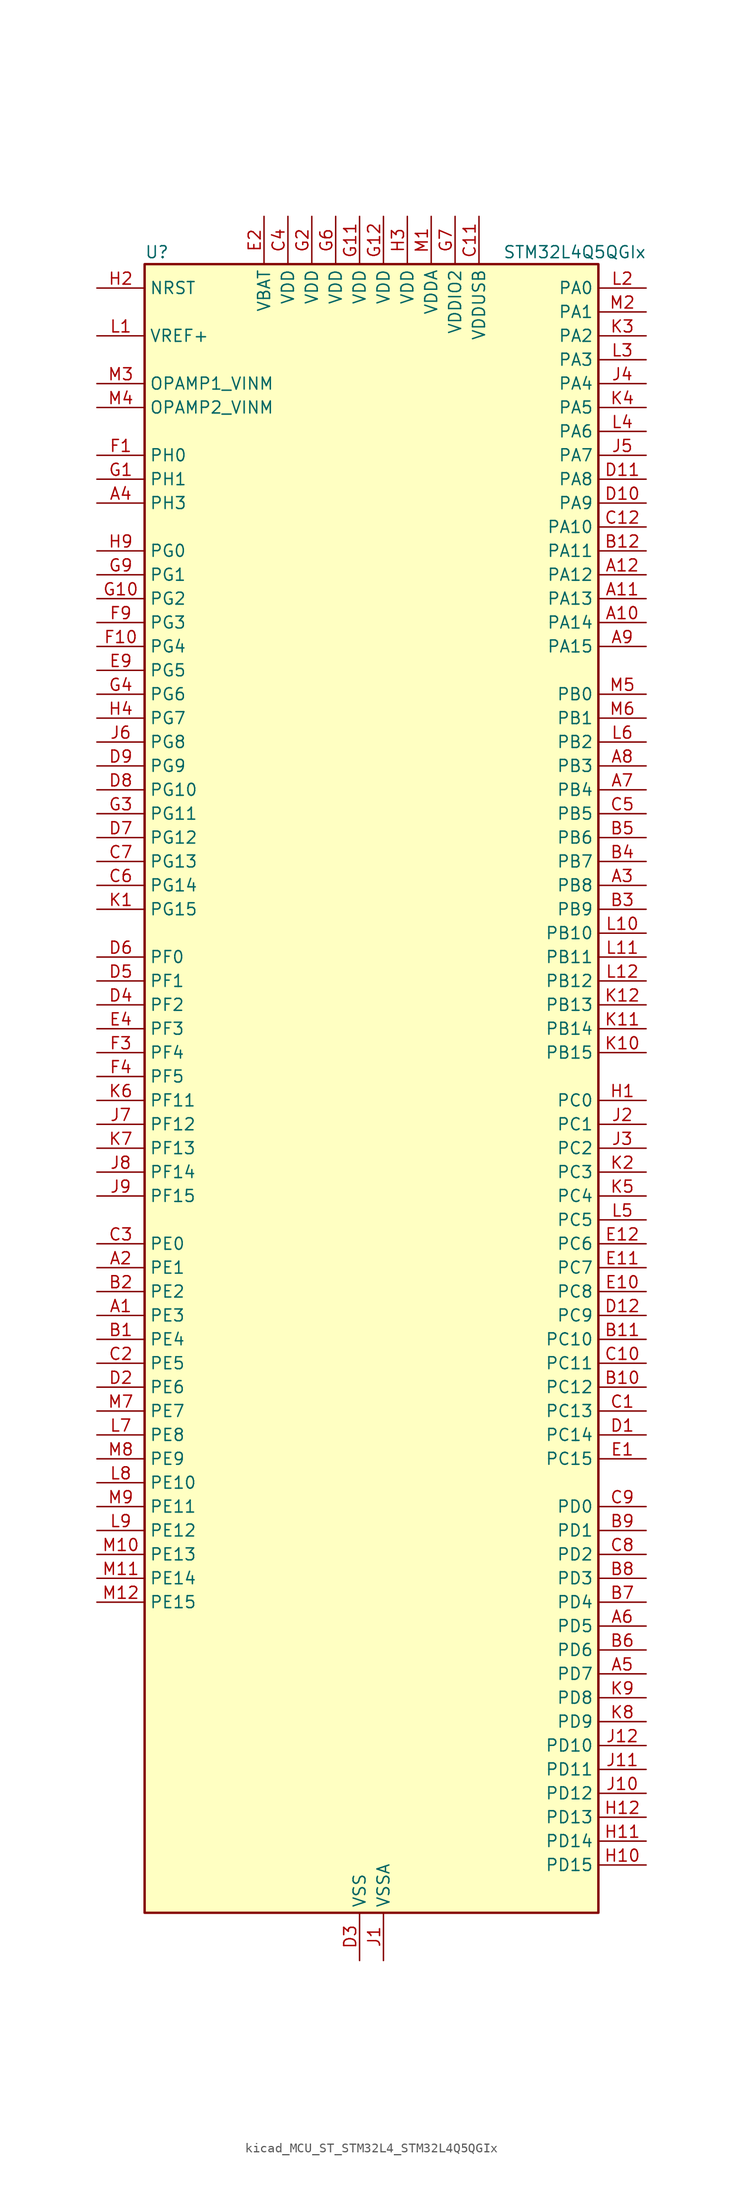
<source format=kicad_sym>
(kicad_symbol_lib
  (version 20220914)
  (generator kicad_symbol_editor)
  (symbol "kicad_MCU_ST_STM32L4_STM32L4Q5QGIx"
    (property "Reference" "U"
      (at -22.86 90.17 0)
      (effects (font (size 1.27 1.27)) (justify left)))
    (property "Value" "STM32L4Q5QGIx"
      (at 15.24 90.17 0)
      (effects (font (size 1.27 1.27)) (justify left)))
    (property "ki_locked" ""
      (at 0 0 0)
      (effects (font (size 1.27 1.27))))
    (symbol "kicad_MCU_ST_STM32L4_STM32L4Q5QGIx_0_1"
      (rectangle (start -22.86 -86.36) (end 25.4 88.9) (stroke (width 0.254) (type default)) (fill (type background))))
    (symbol "kicad_MCU_ST_STM32L4_STM32L4Q5QGIx_1_1"
      (pin bidirectional line (at -27.94 -22.86 0) (length 5.08) (name "PE3" (effects (font (size 1.27 1.27)))) (number "A1" (effects (font (size 1.27 1.27)))) (alternate "FMC_A19" bidirectional line) (alternate "LTDC_R6" bidirectional line) (alternate "OCTOSPIM_P1_DQS" bidirectional line) (alternate "SAI1_SD_B" bidirectional line) (alternate "SYS_TRACED0" bidirectional line) (alternate "TIM3_CH1" bidirectional line) (alternate "TSC_G7_IO2" bidirectional line))
      (pin bidirectional line (at 30.48 50.8 180) (length 5.08) (name "PA14" (effects (font (size 1.27 1.27)))) (number "A10" (effects (font (size 1.27 1.27)))) (alternate "I2C1_SMBA" bidirectional line) (alternate "I2C4_SMBA" bidirectional line) (alternate "LPTIM1_OUT" bidirectional line) (alternate "SAI1_FS_B" bidirectional line) (alternate "SYS_JTCK-SWCLK" bidirectional line) (alternate "USB_OTG_FS_SOF" bidirectional line))
      (pin bidirectional line (at 30.48 53.34 180) (length 5.08) (name "PA13" (effects (font (size 1.27 1.27)))) (number "A11" (effects (font (size 1.27 1.27)))) (alternate "IR_OUT" bidirectional line) (alternate "SAI1_SD_B" bidirectional line) (alternate "SYS_JTMS-SWDIO" bidirectional line) (alternate "USB_OTG_FS_NOE" bidirectional line))
      (pin bidirectional line (at 30.48 55.88 180) (length 5.08) (name "PA12" (effects (font (size 1.27 1.27)))) (number "A12" (effects (font (size 1.27 1.27)))) (alternate "CAN1_TX" bidirectional line) (alternate "LTDC_VSYNC" bidirectional line) (alternate "OCTOSPIM_P2_NCS" bidirectional line) (alternate "SPI1_MOSI" bidirectional line) (alternate "TIM1_ETR" bidirectional line) (alternate "USART1_DE" bidirectional line) (alternate "USART1_RTS" bidirectional line) (alternate "USB_OTG_FS_DP" bidirectional line))
      (pin bidirectional line (at -27.94 -17.78 0) (length 5.08) (name "PE1" (effects (font (size 1.27 1.27)))) (number "A2" (effects (font (size 1.27 1.27)))) (alternate "DCMI_D3" bidirectional line) (alternate "FMC_NBL1" bidirectional line) (alternate "LTDC_VSYNC" bidirectional line) (alternate "PSSI_D3" bidirectional line) (alternate "TIM17_CH1" bidirectional line))
      (pin bidirectional line (at 30.48 22.86 180) (length 5.08) (name "PB8" (effects (font (size 1.27 1.27)))) (number "A3" (effects (font (size 1.27 1.27)))) (alternate "CAN1_RX" bidirectional line) (alternate "DCMI_D6" bidirectional line) (alternate "DFSDM1_CKOUT" bidirectional line) (alternate "I2C1_SCL" bidirectional line) (alternate "LTDC_DE" bidirectional line) (alternate "PSSI_D6" bidirectional line) (alternate "SAI1_CK1" bidirectional line) (alternate "SAI1_MCLK_A" bidirectional line) (alternate "SDMMC1_CKIN" bidirectional line) (alternate "SDMMC1_D4" bidirectional line) (alternate "SDMMC2_D4" bidirectional line) (alternate "TIM16_CH1" bidirectional line) (alternate "TIM4_CH3" bidirectional line))
      (pin bidirectional line (at -27.94 63.5 0) (length 5.08) (name "PH3" (effects (font (size 1.27 1.27)))) (number "A4" (effects (font (size 1.27 1.27)))))
      (pin bidirectional line (at 30.48 -60.96 180) (length 5.08) (name "PD7" (effects (font (size 1.27 1.27)))) (number "A5" (effects (font (size 1.27 1.27)))) (alternate "DFSDM1_CKIN1" bidirectional line) (alternate "FMC_NCE" bidirectional line) (alternate "FMC_NE1" bidirectional line) (alternate "OCTOSPIM_P1_IO7" bidirectional line) (alternate "SDMMC2_CMD" bidirectional line) (alternate "USART2_CK" bidirectional line))
      (pin bidirectional line (at 30.48 -55.88 180) (length 5.08) (name "PD5" (effects (font (size 1.27 1.27)))) (number "A6" (effects (font (size 1.27 1.27)))) (alternate "FMC_NWE" bidirectional line) (alternate "OCTOSPIM_P1_IO5" bidirectional line) (alternate "USART2_TX" bidirectional line))
      (pin bidirectional line (at 30.48 33.02 180) (length 5.08) (name "PB4" (effects (font (size 1.27 1.27)))) (number "A7" (effects (font (size 1.27 1.27)))) (alternate "COMP2_INP" bidirectional line) (alternate "DCMI_D12" bidirectional line) (alternate "I2C3_SDA" bidirectional line) (alternate "OCTOSPIM_P1_IO5" bidirectional line) (alternate "PSSI_D12" bidirectional line) (alternate "SAI1_MCLK_B" bidirectional line) (alternate "SDMMC2_D3" bidirectional line) (alternate "SPI1_MISO" bidirectional line) (alternate "SPI3_MISO" bidirectional line) (alternate "SYS_JTRST" bidirectional line) (alternate "TIM17_BKIN" bidirectional line) (alternate "TIM3_CH1" bidirectional line) (alternate "TSC_G2_IO1" bidirectional line) (alternate "UART5_DE" bidirectional line) (alternate "UART5_RTS" bidirectional line) (alternate "USART1_CTS" bidirectional line) (alternate "USART1_NSS" bidirectional line))
      (pin bidirectional line (at 30.48 35.56 180) (length 5.08) (name "PB3" (effects (font (size 1.27 1.27)))) (number "A8" (effects (font (size 1.27 1.27)))) (alternate "COMP2_INM" bidirectional line) (alternate "CRS_SYNC" bidirectional line) (alternate "OCTOSPIM_P1_IO4" bidirectional line) (alternate "SAI1_SCK_B" bidirectional line) (alternate "SDMMC2_D2" bidirectional line) (alternate "SPI1_SCK" bidirectional line) (alternate "SPI3_SCK" bidirectional line) (alternate "SYS_JTDO-SWO" bidirectional line) (alternate "TIM2_CH2" bidirectional line) (alternate "USART1_DE" bidirectional line) (alternate "USART1_RTS" bidirectional line))
      (pin bidirectional line (at 30.48 48.26 180) (length 5.08) (name "PA15" (effects (font (size 1.27 1.27)))) (number "A9" (effects (font (size 1.27 1.27)))) (alternate "ADC1_EXTI15" bidirectional line) (alternate "ADC2_EXTI15" bidirectional line) (alternate "LTDC_HSYNC" bidirectional line) (alternate "SAI2_FS_B" bidirectional line) (alternate "SPI1_NSS" bidirectional line) (alternate "SPI3_NSS" bidirectional line) (alternate "SYS_JTDI" bidirectional line) (alternate "TIM2_CH1" bidirectional line) (alternate "TIM2_ETR" bidirectional line) (alternate "TSC_G3_IO1" bidirectional line) (alternate "UART4_DE" bidirectional line) (alternate "UART4_RTS" bidirectional line) (alternate "USART2_RX" bidirectional line) (alternate "USART3_DE" bidirectional line) (alternate "USART3_RTS" bidirectional line))
      (pin bidirectional line (at -27.94 -25.4 0) (length 5.08) (name "PE4" (effects (font (size 1.27 1.27)))) (number "B1" (effects (font (size 1.27 1.27)))) (alternate "DCMI_D4" bidirectional line) (alternate "DFSDM1_DATIN3" bidirectional line) (alternate "FMC_A20" bidirectional line) (alternate "LTDC_B7" bidirectional line) (alternate "PSSI_D4" bidirectional line) (alternate "SAI1_D2" bidirectional line) (alternate "SAI1_FS_A" bidirectional line) (alternate "SYS_TRACED1" bidirectional line) (alternate "TIM3_CH2" bidirectional line) (alternate "TSC_G7_IO3" bidirectional line))
      (pin bidirectional line (at 30.48 -30.48 180) (length 5.08) (name "PC12" (effects (font (size 1.27 1.27)))) (number "B10" (effects (font (size 1.27 1.27)))) (alternate "DCMI_D9" bidirectional line) (alternate "LTDC_R6" bidirectional line) (alternate "PSSI_D9" bidirectional line) (alternate "SAI2_SD_B" bidirectional line) (alternate "SDMMC1_CK" bidirectional line) (alternate "SPI3_MOSI" bidirectional line) (alternate "SYS_TRACED3" bidirectional line) (alternate "TSC_G3_IO4" bidirectional line) (alternate "UART5_TX" bidirectional line) (alternate "USART3_CK" bidirectional line))
      (pin bidirectional line (at 30.48 -25.4 180) (length 5.08) (name "PC10" (effects (font (size 1.27 1.27)))) (number "B11" (effects (font (size 1.27 1.27)))) (alternate "DCMI_D8" bidirectional line) (alternate "DCMI_VSYNC" bidirectional line) (alternate "PSSI_D8" bidirectional line) (alternate "PSSI_RDY" bidirectional line) (alternate "SAI2_SCK_B" bidirectional line) (alternate "SDMMC1_D2" bidirectional line) (alternate "SPI3_SCK" bidirectional line) (alternate "SYS_TRACED1" bidirectional line) (alternate "TSC_G3_IO2" bidirectional line) (alternate "UART4_TX" bidirectional line) (alternate "USART3_TX" bidirectional line))
      (pin bidirectional line (at 30.48 58.42 180) (length 5.08) (name "PA11" (effects (font (size 1.27 1.27)))) (number "B12" (effects (font (size 1.27 1.27)))) (alternate "ADC1_EXTI11" bidirectional line) (alternate "ADC2_EXTI11" bidirectional line) (alternate "CAN1_RX" bidirectional line) (alternate "LTDC_DE" bidirectional line) (alternate "SPI1_MISO" bidirectional line) (alternate "TIM1_BKIN2" bidirectional line) (alternate "TIM1_CH4" bidirectional line) (alternate "USART1_CTS" bidirectional line) (alternate "USART1_NSS" bidirectional line) (alternate "USB_OTG_FS_DM" bidirectional line))
      (pin bidirectional line (at -27.94 -20.32 0) (length 5.08) (name "PE2" (effects (font (size 1.27 1.27)))) (number "B2" (effects (font (size 1.27 1.27)))) (alternate "FMC_A23" bidirectional line) (alternate "LTDC_R7" bidirectional line) (alternate "SAI1_CK1" bidirectional line) (alternate "SAI1_MCLK_A" bidirectional line) (alternate "SYS_TRACECLK" bidirectional line) (alternate "TIM3_ETR" bidirectional line) (alternate "TSC_G7_IO1" bidirectional line))
      (pin bidirectional line (at 30.48 20.32 180) (length 5.08) (name "PB9" (effects (font (size 1.27 1.27)))) (number "B3" (effects (font (size 1.27 1.27)))) (alternate "CAN1_TX" bidirectional line) (alternate "DAC1_EXTI9" bidirectional line) (alternate "DCMI_D7" bidirectional line) (alternate "I2C1_SDA" bidirectional line) (alternate "IR_OUT" bidirectional line) (alternate "PSSI_D7" bidirectional line) (alternate "SAI1_D2" bidirectional line) (alternate "SAI1_FS_A" bidirectional line) (alternate "SDMMC1_CDIR" bidirectional line) (alternate "SDMMC1_D5" bidirectional line) (alternate "SDMMC2_D5" bidirectional line) (alternate "SPI2_NSS" bidirectional line) (alternate "TIM17_CH1" bidirectional line) (alternate "TIM4_CH4" bidirectional line))
      (pin bidirectional line (at 30.48 25.4 180) (length 5.08) (name "PB7" (effects (font (size 1.27 1.27)))) (number "B4" (effects (font (size 1.27 1.27)))) (alternate "COMP2_INM" bidirectional line) (alternate "DCMI_VSYNC" bidirectional line) (alternate "FMC_NL" bidirectional line) (alternate "I2C1_SDA" bidirectional line) (alternate "I2C4_SDA" bidirectional line) (alternate "LPTIM1_IN2" bidirectional line) (alternate "LTDC_VSYNC" bidirectional line) (alternate "PSSI_RDY" bidirectional line) (alternate "SYS_PVD_IN" bidirectional line) (alternate "TIM17_CH1N" bidirectional line) (alternate "TIM4_CH2" bidirectional line) (alternate "TIM8_BKIN" bidirectional line) (alternate "TSC_G2_IO4" bidirectional line) (alternate "UART4_CTS" bidirectional line) (alternate "USART1_RX" bidirectional line))
      (pin bidirectional line (at 30.48 27.94 180) (length 5.08) (name "PB6" (effects (font (size 1.27 1.27)))) (number "B5" (effects (font (size 1.27 1.27)))) (alternate "COMP2_INP" bidirectional line) (alternate "DCMI_D5" bidirectional line) (alternate "I2C1_SCL" bidirectional line) (alternate "I2C4_SCL" bidirectional line) (alternate "LPTIM1_ETR" bidirectional line) (alternate "LTDC_R6" bidirectional line) (alternate "PSSI_D5" bidirectional line) (alternate "SAI1_FS_B" bidirectional line) (alternate "TIM16_CH1N" bidirectional line) (alternate "TIM4_CH1" bidirectional line) (alternate "TIM8_BKIN2" bidirectional line) (alternate "TSC_G2_IO3" bidirectional line) (alternate "USART1_TX" bidirectional line))
      (pin bidirectional line (at 30.48 -58.42 180) (length 5.08) (name "PD6" (effects (font (size 1.27 1.27)))) (number "B6" (effects (font (size 1.27 1.27)))) (alternate "DCMI_D10" bidirectional line) (alternate "DFSDM1_DATIN1" bidirectional line) (alternate "FMC_NWAIT" bidirectional line) (alternate "LTDC_DE" bidirectional line) (alternate "OCTOSPIM_P1_IO6" bidirectional line) (alternate "PSSI_D10" bidirectional line) (alternate "SAI1_D1" bidirectional line) (alternate "SAI1_SD_A" bidirectional line) (alternate "SDMMC2_CK" bidirectional line) (alternate "SPI3_MOSI" bidirectional line) (alternate "USART2_RX" bidirectional line))
      (pin bidirectional line (at 30.48 -53.34 180) (length 5.08) (name "PD4" (effects (font (size 1.27 1.27)))) (number "B7" (effects (font (size 1.27 1.27)))) (alternate "DFSDM1_CKIN0" bidirectional line) (alternate "FMC_NOE" bidirectional line) (alternate "OCTOSPIM_P1_IO4" bidirectional line) (alternate "SDMMC2_CKIN" bidirectional line) (alternate "SPI2_MOSI" bidirectional line) (alternate "USART2_DE" bidirectional line) (alternate "USART2_RTS" bidirectional line))
      (pin bidirectional line (at 30.48 -50.8 180) (length 5.08) (name "PD3" (effects (font (size 1.27 1.27)))) (number "B8" (effects (font (size 1.27 1.27)))) (alternate "DCMI_D5" bidirectional line) (alternate "DFSDM1_DATIN0" bidirectional line) (alternate "FMC_CLK" bidirectional line) (alternate "LTDC_CLK" bidirectional line) (alternate "OCTOSPIM_P2_NCS" bidirectional line) (alternate "PSSI_D5" bidirectional line) (alternate "SPI2_MISO" bidirectional line) (alternate "SPI2_SCK" bidirectional line) (alternate "USART2_CTS" bidirectional line) (alternate "USART2_NSS" bidirectional line))
      (pin bidirectional line (at 30.48 -45.72 180) (length 5.08) (name "PD1" (effects (font (size 1.27 1.27)))) (number "B9" (effects (font (size 1.27 1.27)))) (alternate "CAN1_TX" bidirectional line) (alternate "FMC_D3" bidirectional line) (alternate "FMC_DA3" bidirectional line) (alternate "LTDC_B5" bidirectional line) (alternate "SPI2_SCK" bidirectional line))
      (pin bidirectional line (at 30.48 -33.02 180) (length 5.08) (name "PC13" (effects (font (size 1.27 1.27)))) (number "C1" (effects (font (size 1.27 1.27)))) (alternate "RTC_OUT1" bidirectional line) (alternate "RTC_TAMP1" bidirectional line) (alternate "RTC_TS" bidirectional line) (alternate "SYS_WKUP2" bidirectional line))
      (pin bidirectional line (at 30.48 -27.94 180) (length 5.08) (name "PC11" (effects (font (size 1.27 1.27)))) (number "C10" (effects (font (size 1.27 1.27)))) (alternate "ADC1_EXTI11" bidirectional line) (alternate "ADC2_EXTI11" bidirectional line) (alternate "DCMI_D2" bidirectional line) (alternate "DCMI_D4" bidirectional line) (alternate "OCTOSPIM_P1_NCS" bidirectional line) (alternate "PSSI_D2" bidirectional line) (alternate "PSSI_D4" bidirectional line) (alternate "SAI2_MCLK_B" bidirectional line) (alternate "SDMMC1_D3" bidirectional line) (alternate "SPI3_MISO" bidirectional line) (alternate "TSC_G3_IO3" bidirectional line) (alternate "UART4_RX" bidirectional line) (alternate "USART3_RX" bidirectional line))
      (pin power_in line (at 12.7 93.98 270) (length 5.08) (name "VDDUSB" (effects (font (size 1.27 1.27)))) (number "C11" (effects (font (size 1.27 1.27)))))
      (pin bidirectional line (at 30.48 60.96 180) (length 5.08) (name "PA10" (effects (font (size 1.27 1.27)))) (number "C12" (effects (font (size 1.27 1.27)))) (alternate "DCMI_D1" bidirectional line) (alternate "LTDC_G6" bidirectional line) (alternate "PSSI_D1" bidirectional line) (alternate "SAI1_D1" bidirectional line) (alternate "SAI1_SD_A" bidirectional line) (alternate "TIM17_BKIN" bidirectional line) (alternate "TIM1_CH3" bidirectional line) (alternate "USART1_RX" bidirectional line) (alternate "USB_OTG_FS_ID" bidirectional line))
      (pin bidirectional line (at -27.94 -27.94 0) (length 5.08) (name "PE5" (effects (font (size 1.27 1.27)))) (number "C2" (effects (font (size 1.27 1.27)))) (alternate "DCMI_D6" bidirectional line) (alternate "DFSDM1_CKIN3" bidirectional line) (alternate "FMC_A21" bidirectional line) (alternate "LTDC_G7" bidirectional line) (alternate "PSSI_D6" bidirectional line) (alternate "SAI1_CK2" bidirectional line) (alternate "SAI1_SCK_A" bidirectional line) (alternate "SYS_TRACED2" bidirectional line) (alternate "TIM3_CH3" bidirectional line) (alternate "TSC_G7_IO4" bidirectional line))
      (pin bidirectional line (at -27.94 -15.24 0) (length 5.08) (name "PE0" (effects (font (size 1.27 1.27)))) (number "C3" (effects (font (size 1.27 1.27)))) (alternate "DCMI_D2" bidirectional line) (alternate "FMC_NBL0" bidirectional line) (alternate "LTDC_HSYNC" bidirectional line) (alternate "PSSI_D2" bidirectional line) (alternate "TIM16_CH1" bidirectional line) (alternate "TIM4_ETR" bidirectional line))
      (pin power_in line (at -7.62 93.98 270) (length 5.08) (name "VDD" (effects (font (size 1.27 1.27)))) (number "C4" (effects (font (size 1.27 1.27)))))
      (pin bidirectional line (at 30.48 30.48 180) (length 5.08) (name "PB5" (effects (font (size 1.27 1.27)))) (number "C5" (effects (font (size 1.27 1.27)))) (alternate "COMP2_OUT" bidirectional line) (alternate "DCMI_D10" bidirectional line) (alternate "I2C1_SMBA" bidirectional line) (alternate "LPTIM1_IN1" bidirectional line) (alternate "OCTOSPIM_P1_IO0" bidirectional line) (alternate "PSSI_D10" bidirectional line) (alternate "SAI1_SD_B" bidirectional line) (alternate "SPI1_MOSI" bidirectional line) (alternate "SPI3_MOSI" bidirectional line) (alternate "TIM16_BKIN" bidirectional line) (alternate "TIM3_CH2" bidirectional line) (alternate "TSC_G2_IO2" bidirectional line) (alternate "UART5_CTS" bidirectional line) (alternate "USART1_CK" bidirectional line))
      (pin bidirectional line (at -27.94 22.86 0) (length 5.08) (name "PG14" (effects (font (size 1.27 1.27)))) (number "C6" (effects (font (size 1.27 1.27)))) (alternate "FMC_A25" bidirectional line) (alternate "I2C1_SCL" bidirectional line) (alternate "LTDC_R1" bidirectional line))
      (pin bidirectional line (at -27.94 25.4 0) (length 5.08) (name "PG13" (effects (font (size 1.27 1.27)))) (number "C7" (effects (font (size 1.27 1.27)))) (alternate "FMC_A24" bidirectional line) (alternate "I2C1_SDA" bidirectional line) (alternate "LTDC_R0" bidirectional line) (alternate "USART1_CK" bidirectional line))
      (pin bidirectional line (at 30.48 -48.26 180) (length 5.08) (name "PD2" (effects (font (size 1.27 1.27)))) (number "C8" (effects (font (size 1.27 1.27)))) (alternate "DCMI_D11" bidirectional line) (alternate "PSSI_D11" bidirectional line) (alternate "SDMMC1_CMD" bidirectional line) (alternate "SYS_TRACED2" bidirectional line) (alternate "TIM3_ETR" bidirectional line) (alternate "TSC_SYNC" bidirectional line) (alternate "UART5_RX" bidirectional line) (alternate "USART3_DE" bidirectional line) (alternate "USART3_RTS" bidirectional line))
      (pin bidirectional line (at 30.48 -43.18 180) (length 5.08) (name "PD0" (effects (font (size 1.27 1.27)))) (number "C9" (effects (font (size 1.27 1.27)))) (alternate "CAN1_RX" bidirectional line) (alternate "FMC_D2" bidirectional line) (alternate "FMC_DA2" bidirectional line) (alternate "LTDC_B4" bidirectional line) (alternate "SPI2_NSS" bidirectional line))
      (pin bidirectional line (at 30.48 -35.56 180) (length 5.08) (name "PC14" (effects (font (size 1.27 1.27)))) (number "D1" (effects (font (size 1.27 1.27)))) (alternate "RCC_OSC32_IN" bidirectional line))
      (pin bidirectional line (at 30.48 63.5 180) (length 5.08) (name "PA9" (effects (font (size 1.27 1.27)))) (number "D10" (effects (font (size 1.27 1.27)))) (alternate "DAC1_EXTI9" bidirectional line) (alternate "DCMI_D0" bidirectional line) (alternate "LTDC_G7" bidirectional line) (alternate "PSSI_D0" bidirectional line) (alternate "SAI1_FS_A" bidirectional line) (alternate "SPI2_SCK" bidirectional line) (alternate "TIM15_BKIN" bidirectional line) (alternate "TIM1_CH2" bidirectional line) (alternate "USART1_TX" bidirectional line) (alternate "USB_OTG_FS_VBUS" bidirectional line))
      (pin bidirectional line (at 30.48 66.04 180) (length 5.08) (name "PA8" (effects (font (size 1.27 1.27)))) (number "D11" (effects (font (size 1.27 1.27)))) (alternate "LPTIM2_OUT" bidirectional line) (alternate "LTDC_B7" bidirectional line) (alternate "RCC_MCO" bidirectional line) (alternate "SAI1_CK2" bidirectional line) (alternate "SAI1_SCK_A" bidirectional line) (alternate "TIM1_CH1" bidirectional line) (alternate "USART1_CK" bidirectional line) (alternate "USB_OTG_FS_SOF" bidirectional line))
      (pin bidirectional line (at 30.48 -22.86 180) (length 5.08) (name "PC9" (effects (font (size 1.27 1.27)))) (number "D12" (effects (font (size 1.27 1.27)))) (alternate "DAC1_EXTI9" bidirectional line) (alternate "DCMI_D3" bidirectional line) (alternate "I2C3_SDA" bidirectional line) (alternate "PSSI_D3" bidirectional line) (alternate "SAI2_EXTCLK" bidirectional line) (alternate "SDMMC1_D1" bidirectional line) (alternate "SYS_TRACED0" bidirectional line) (alternate "TIM3_CH4" bidirectional line) (alternate "TIM8_BKIN2" bidirectional line) (alternate "TIM8_CH4" bidirectional line) (alternate "TSC_G4_IO4" bidirectional line) (alternate "USB_OTG_FS_NOE" bidirectional line))
      (pin bidirectional line (at -27.94 -30.48 0) (length 5.08) (name "PE6" (effects (font (size 1.27 1.27)))) (number "D2" (effects (font (size 1.27 1.27)))) (alternate "DCMI_D7" bidirectional line) (alternate "FMC_A22" bidirectional line) (alternate "LTDC_G6" bidirectional line) (alternate "PSSI_D7" bidirectional line) (alternate "RTC_TAMP3" bidirectional line) (alternate "SAI1_D1" bidirectional line) (alternate "SAI1_SD_A" bidirectional line) (alternate "SYS_TRACED3" bidirectional line) (alternate "SYS_WKUP3" bidirectional line) (alternate "TIM3_CH4" bidirectional line))
      (pin power_in line (at 0 -91.44 90) (length 5.08) (name "VSS" (effects (font (size 1.27 1.27)))) (number "D3" (effects (font (size 1.27 1.27)))))
      (pin bidirectional line (at -27.94 10.16 0) (length 5.08) (name "PF2" (effects (font (size 1.27 1.27)))) (number "D4" (effects (font (size 1.27 1.27)))) (alternate "FMC_A2" bidirectional line) (alternate "I2C2_SMBA" bidirectional line) (alternate "OCTOSPIM_P2_IO2" bidirectional line))
      (pin bidirectional line (at -27.94 12.7 0) (length 5.08) (name "PF1" (effects (font (size 1.27 1.27)))) (number "D5" (effects (font (size 1.27 1.27)))) (alternate "FMC_A1" bidirectional line) (alternate "I2C2_SCL" bidirectional line) (alternate "OCTOSPIM_P2_IO1" bidirectional line))
      (pin bidirectional line (at -27.94 15.24 0) (length 5.08) (name "PF0" (effects (font (size 1.27 1.27)))) (number "D6" (effects (font (size 1.27 1.27)))) (alternate "FMC_A0" bidirectional line) (alternate "I2C2_SDA" bidirectional line) (alternate "OCTOSPIM_P2_IO0" bidirectional line))
      (pin bidirectional line (at -27.94 27.94 0) (length 5.08) (name "PG12" (effects (font (size 1.27 1.27)))) (number "D7" (effects (font (size 1.27 1.27)))) (alternate "FMC_NE4" bidirectional line) (alternate "LPTIM1_ETR" bidirectional line) (alternate "OCTOSPIM_P2_NCS" bidirectional line) (alternate "SAI2_SD_A" bidirectional line) (alternate "SDMMC2_D3" bidirectional line) (alternate "SPI3_NSS" bidirectional line) (alternate "USART1_DE" bidirectional line) (alternate "USART1_RTS" bidirectional line))
      (pin bidirectional line (at -27.94 33.02 0) (length 5.08) (name "PG10" (effects (font (size 1.27 1.27)))) (number "D8" (effects (font (size 1.27 1.27)))) (alternate "FMC_NE3" bidirectional line) (alternate "LPTIM1_IN1" bidirectional line) (alternate "OCTOSPIM_P2_IO7" bidirectional line) (alternate "SAI2_FS_A" bidirectional line) (alternate "SDMMC2_D1" bidirectional line) (alternate "SPI3_MISO" bidirectional line) (alternate "TIM15_CH1" bidirectional line) (alternate "USART1_RX" bidirectional line))
      (pin bidirectional line (at -27.94 35.56 0) (length 5.08) (name "PG9" (effects (font (size 1.27 1.27)))) (number "D9" (effects (font (size 1.27 1.27)))) (alternate "DAC1_EXTI9" bidirectional line) (alternate "FMC_NCE" bidirectional line) (alternate "FMC_NE2" bidirectional line) (alternate "OCTOSPIM_P2_IO6" bidirectional line) (alternate "SAI2_SCK_A" bidirectional line) (alternate "SDMMC2_D0" bidirectional line) (alternate "SPI3_SCK" bidirectional line) (alternate "TIM15_CH1N" bidirectional line) (alternate "USART1_TX" bidirectional line))
      (pin bidirectional line (at 30.48 -38.1 180) (length 5.08) (name "PC15" (effects (font (size 1.27 1.27)))) (number "E1" (effects (font (size 1.27 1.27)))) (alternate "ADC1_EXTI15" bidirectional line) (alternate "ADC2_EXTI15" bidirectional line) (alternate "RCC_OSC32_OUT" bidirectional line))
      (pin bidirectional line (at 30.48 -20.32 180) (length 5.08) (name "PC8" (effects (font (size 1.27 1.27)))) (number "E10" (effects (font (size 1.27 1.27)))) (alternate "DCMI_D2" bidirectional line) (alternate "PSSI_D2" bidirectional line) (alternate "SDMMC1_D0" bidirectional line) (alternate "TIM3_CH3" bidirectional line) (alternate "TIM8_CH3" bidirectional line) (alternate "TSC_G4_IO3" bidirectional line))
      (pin bidirectional line (at 30.48 -17.78 180) (length 5.08) (name "PC7" (effects (font (size 1.27 1.27)))) (number "E11" (effects (font (size 1.27 1.27)))) (alternate "DCMI_D1" bidirectional line) (alternate "DFSDM1_DATIN3" bidirectional line) (alternate "LTDC_B6" bidirectional line) (alternate "PSSI_D1" bidirectional line) (alternate "SAI2_MCLK_B" bidirectional line) (alternate "SDMMC1_D123DIR" bidirectional line) (alternate "SDMMC1_D7" bidirectional line) (alternate "SDMMC2_D7" bidirectional line) (alternate "TIM3_CH2" bidirectional line) (alternate "TIM8_CH2" bidirectional line) (alternate "TSC_G4_IO2" bidirectional line))
      (pin bidirectional line (at 30.48 -15.24 180) (length 5.08) (name "PC6" (effects (font (size 1.27 1.27)))) (number "E12" (effects (font (size 1.27 1.27)))) (alternate "DCMI_D0" bidirectional line) (alternate "DFSDM1_CKIN3" bidirectional line) (alternate "LTDC_G7" bidirectional line) (alternate "PSSI_D0" bidirectional line) (alternate "SAI2_MCLK_A" bidirectional line) (alternate "SDMMC1_D0DIR" bidirectional line) (alternate "SDMMC1_D6" bidirectional line) (alternate "SDMMC2_D6" bidirectional line) (alternate "TIM3_CH1" bidirectional line) (alternate "TIM8_CH1" bidirectional line) (alternate "TSC_G4_IO1" bidirectional line))
      (pin power_in line (at -10.16 93.98 270) (length 5.08) (name "VBAT" (effects (font (size 1.27 1.27)))) (number "E2" (effects (font (size 1.27 1.27)))))
      (pin passive line (at 0 -91.44 90) (length 5.08) hide (name "VSS" (effects (font (size 1.27 1.27)))) (number "E3" (effects (font (size 1.27 1.27)))))
      (pin bidirectional line (at -27.94 7.62 0) (length 5.08) (name "PF3" (effects (font (size 1.27 1.27)))) (number "E4" (effects (font (size 1.27 1.27)))) (alternate "FMC_A3" bidirectional line) (alternate "OCTOSPIM_P2_IO3" bidirectional line))
      (pin bidirectional line (at -27.94 45.72 0) (length 5.08) (name "PG5" (effects (font (size 1.27 1.27)))) (number "E9" (effects (font (size 1.27 1.27)))) (alternate "FMC_A15" bidirectional line) (alternate "LPUART1_CTS" bidirectional line) (alternate "SAI2_SD_B" bidirectional line) (alternate "SDMMC2_D7" bidirectional line) (alternate "SPI1_NSS" bidirectional line))
      (pin bidirectional line (at -27.94 68.58 0) (length 5.08) (name "PH0" (effects (font (size 1.27 1.27)))) (number "F1" (effects (font (size 1.27 1.27)))) (alternate "RCC_OSC_IN" bidirectional line))
      (pin bidirectional line (at -27.94 48.26 0) (length 5.08) (name "PG4" (effects (font (size 1.27 1.27)))) (number "F10" (effects (font (size 1.27 1.27)))) (alternate "FMC_A14" bidirectional line) (alternate "SAI2_MCLK_B" bidirectional line) (alternate "SDMMC2_D6" bidirectional line) (alternate "SPI1_MOSI" bidirectional line))
      (pin passive line (at 0 -91.44 90) (length 5.08) hide (name "VSS" (effects (font (size 1.27 1.27)))) (number "F11" (effects (font (size 1.27 1.27)))))
      (pin passive line (at 0 -91.44 90) (length 5.08) hide (name "VSS" (effects (font (size 1.27 1.27)))) (number "F12" (effects (font (size 1.27 1.27)))))
      (pin passive line (at 0 -91.44 90) (length 5.08) hide (name "VSS" (effects (font (size 1.27 1.27)))) (number "F2" (effects (font (size 1.27 1.27)))))
      (pin bidirectional line (at -27.94 5.08 0) (length 5.08) (name "PF4" (effects (font (size 1.27 1.27)))) (number "F3" (effects (font (size 1.27 1.27)))) (alternate "FMC_A4" bidirectional line) (alternate "OCTOSPIM_P2_CLK" bidirectional line))
      (pin bidirectional line (at -27.94 2.54 0) (length 5.08) (name "PF5" (effects (font (size 1.27 1.27)))) (number "F4" (effects (font (size 1.27 1.27)))) (alternate "FMC_A5" bidirectional line) (alternate "OCTOSPIM_P2_NCLK" bidirectional line))
      (pin passive line (at 0 -91.44 90) (length 5.08) hide (name "VSS" (effects (font (size 1.27 1.27)))) (number "F6" (effects (font (size 1.27 1.27)))))
      (pin passive line (at 0 -91.44 90) (length 5.08) hide (name "VSS" (effects (font (size 1.27 1.27)))) (number "F7" (effects (font (size 1.27 1.27)))))
      (pin bidirectional line (at -27.94 50.8 0) (length 5.08) (name "PG3" (effects (font (size 1.27 1.27)))) (number "F9" (effects (font (size 1.27 1.27)))) (alternate "FMC_A13" bidirectional line) (alternate "SAI2_FS_B" bidirectional line) (alternate "SDMMC2_D5" bidirectional line) (alternate "SPI1_MISO" bidirectional line))
      (pin bidirectional line (at -27.94 66.04 0) (length 5.08) (name "PH1" (effects (font (size 1.27 1.27)))) (number "G1" (effects (font (size 1.27 1.27)))) (alternate "RCC_OSC_OUT" bidirectional line))
      (pin bidirectional line (at -27.94 53.34 0) (length 5.08) (name "PG2" (effects (font (size 1.27 1.27)))) (number "G10" (effects (font (size 1.27 1.27)))) (alternate "FMC_A12" bidirectional line) (alternate "SAI2_SCK_B" bidirectional line) (alternate "SDMMC2_D4" bidirectional line) (alternate "SPI1_SCK" bidirectional line))
      (pin power_in line (at 0 93.98 270) (length 5.08) (name "VDD" (effects (font (size 1.27 1.27)))) (number "G11" (effects (font (size 1.27 1.27)))))
      (pin power_in line (at 2.54 93.98 270) (length 5.08) (name "VDD" (effects (font (size 1.27 1.27)))) (number "G12" (effects (font (size 1.27 1.27)))))
      (pin power_in line (at -5.08 93.98 270) (length 5.08) (name "VDD" (effects (font (size 1.27 1.27)))) (number "G2" (effects (font (size 1.27 1.27)))))
      (pin bidirectional line (at -27.94 30.48 0) (length 5.08) (name "PG11" (effects (font (size 1.27 1.27)))) (number "G3" (effects (font (size 1.27 1.27)))) (alternate "ADC1_EXTI11" bidirectional line) (alternate "ADC2_EXTI11" bidirectional line) (alternate "LPTIM1_IN2" bidirectional line) (alternate "OCTOSPIM_P1_IO5" bidirectional line) (alternate "SAI2_MCLK_A" bidirectional line) (alternate "SDMMC2_D2" bidirectional line) (alternate "SPI3_MOSI" bidirectional line) (alternate "TIM15_CH2" bidirectional line) (alternate "USART1_CTS" bidirectional line) (alternate "USART1_NSS" bidirectional line))
      (pin bidirectional line (at -27.94 43.18 0) (length 5.08) (name "PG6" (effects (font (size 1.27 1.27)))) (number "G4" (effects (font (size 1.27 1.27)))) (alternate "I2C3_SMBA" bidirectional line) (alternate "LPUART1_DE" bidirectional line) (alternate "LPUART1_RTS" bidirectional line) (alternate "LTDC_R1" bidirectional line) (alternate "OCTOSPIM_P1_DQS" bidirectional line))
      (pin power_in line (at -2.54 93.98 270) (length 5.08) (name "VDD" (effects (font (size 1.27 1.27)))) (number "G6" (effects (font (size 1.27 1.27)))))
      (pin power_in line (at 10.16 93.98 270) (length 5.08) (name "VDDIO2" (effects (font (size 1.27 1.27)))) (number "G7" (effects (font (size 1.27 1.27)))))
      (pin bidirectional line (at -27.94 55.88 0) (length 5.08) (name "PG1" (effects (font (size 1.27 1.27)))) (number "G9" (effects (font (size 1.27 1.27)))) (alternate "FMC_A11" bidirectional line) (alternate "OCTOSPIM_P2_IO5" bidirectional line) (alternate "TSC_G8_IO4" bidirectional line))
      (pin bidirectional line (at 30.48 0 180) (length 5.08) (name "PC0" (effects (font (size 1.27 1.27)))) (number "H1" (effects (font (size 1.27 1.27)))) (alternate "ADC1_IN1" bidirectional line) (alternate "ADC2_IN1" bidirectional line) (alternate "I2C3_SCL" bidirectional line) (alternate "LPTIM1_IN1" bidirectional line) (alternate "LPTIM2_IN1" bidirectional line) (alternate "LPUART1_RX" bidirectional line) (alternate "LTDC_DE" bidirectional line) (alternate "SAI2_FS_A" bidirectional line) (alternate "SDMMC1_CMD" bidirectional line) (alternate "SDMMC2_CKIN" bidirectional line))
      (pin bidirectional line (at 30.48 -81.28 180) (length 5.08) (name "PD15" (effects (font (size 1.27 1.27)))) (number "H10" (effects (font (size 1.27 1.27)))) (alternate "ADC1_EXTI15" bidirectional line) (alternate "ADC2_EXTI15" bidirectional line) (alternate "FMC_D1" bidirectional line) (alternate "FMC_DA1" bidirectional line) (alternate "LTDC_B3" bidirectional line) (alternate "TIM4_CH4" bidirectional line))
      (pin bidirectional line (at 30.48 -78.74 180) (length 5.08) (name "PD14" (effects (font (size 1.27 1.27)))) (number "H11" (effects (font (size 1.27 1.27)))) (alternate "FMC_D0" bidirectional line) (alternate "FMC_DA0" bidirectional line) (alternate "LTDC_B2" bidirectional line) (alternate "TIM4_CH3" bidirectional line))
      (pin bidirectional line (at 30.48 -76.2 180) (length 5.08) (name "PD13" (effects (font (size 1.27 1.27)))) (number "H12" (effects (font (size 1.27 1.27)))) (alternate "FMC_A18" bidirectional line) (alternate "I2C4_SDA" bidirectional line) (alternate "LPTIM2_OUT" bidirectional line) (alternate "TIM4_CH2" bidirectional line) (alternate "TSC_G6_IO4" bidirectional line))
      (pin input line (at -27.94 86.36 0) (length 5.08) (name "NRST" (effects (font (size 1.27 1.27)))) (number "H2" (effects (font (size 1.27 1.27)))))
      (pin power_in line (at 5.08 93.98 270) (length 5.08) (name "VDD" (effects (font (size 1.27 1.27)))) (number "H3" (effects (font (size 1.27 1.27)))))
      (pin bidirectional line (at -27.94 40.64 0) (length 5.08) (name "PG7" (effects (font (size 1.27 1.27)))) (number "H4" (effects (font (size 1.27 1.27)))) (alternate "DFSDM1_CKOUT" bidirectional line) (alternate "FMC_INT" bidirectional line) (alternate "I2C3_SCL" bidirectional line) (alternate "LPUART1_TX" bidirectional line) (alternate "OCTOSPIM_P2_DQS" bidirectional line) (alternate "SAI1_CK1" bidirectional line) (alternate "SAI1_MCLK_A" bidirectional line))
      (pin bidirectional line (at -27.94 58.42 0) (length 5.08) (name "PG0" (effects (font (size 1.27 1.27)))) (number "H9" (effects (font (size 1.27 1.27)))) (alternate "FMC_A10" bidirectional line) (alternate "OCTOSPIM_P2_IO4" bidirectional line) (alternate "TSC_G8_IO3" bidirectional line))
      (pin power_in line (at 2.54 -91.44 90) (length 5.08) (name "VSSA" (effects (font (size 1.27 1.27)))) (number "J1" (effects (font (size 1.27 1.27)))))
      (pin bidirectional line (at 30.48 -73.66 180) (length 5.08) (name "PD12" (effects (font (size 1.27 1.27)))) (number "J10" (effects (font (size 1.27 1.27)))) (alternate "FMC_A17" bidirectional line) (alternate "FMC_ALE" bidirectional line) (alternate "I2C4_SCL" bidirectional line) (alternate "LPTIM2_IN1" bidirectional line) (alternate "LTDC_R7" bidirectional line) (alternate "SAI2_FS_A" bidirectional line) (alternate "TIM4_CH1" bidirectional line) (alternate "TSC_G6_IO3" bidirectional line) (alternate "USART3_DE" bidirectional line) (alternate "USART3_RTS" bidirectional line))
      (pin bidirectional line (at 30.48 -71.12 180) (length 5.08) (name "PD11" (effects (font (size 1.27 1.27)))) (number "J11" (effects (font (size 1.27 1.27)))) (alternate "ADC1_EXTI11" bidirectional line) (alternate "ADC2_EXTI11" bidirectional line) (alternate "FMC_A16" bidirectional line) (alternate "FMC_CLE" bidirectional line) (alternate "I2C4_SMBA" bidirectional line) (alternate "LPTIM2_ETR" bidirectional line) (alternate "LTDC_R6" bidirectional line) (alternate "SAI2_SD_A" bidirectional line) (alternate "TSC_G6_IO2" bidirectional line) (alternate "USART3_CTS" bidirectional line) (alternate "USART3_NSS" bidirectional line))
      (pin bidirectional line (at 30.48 -68.58 180) (length 5.08) (name "PD10" (effects (font (size 1.27 1.27)))) (number "J12" (effects (font (size 1.27 1.27)))) (alternate "FMC_D15" bidirectional line) (alternate "FMC_DA15" bidirectional line) (alternate "LTDC_R5" bidirectional line) (alternate "SAI2_SCK_A" bidirectional line) (alternate "TSC_G6_IO1" bidirectional line) (alternate "USART3_CK" bidirectional line))
      (pin bidirectional line (at 30.48 -2.54 180) (length 5.08) (name "PC1" (effects (font (size 1.27 1.27)))) (number "J2" (effects (font (size 1.27 1.27)))) (alternate "ADC1_IN2" bidirectional line) (alternate "ADC2_IN2" bidirectional line) (alternate "I2C3_SDA" bidirectional line) (alternate "LPTIM1_OUT" bidirectional line) (alternate "LPUART1_TX" bidirectional line) (alternate "OCTOSPIM_P1_IO4" bidirectional line) (alternate "SAI1_SD_A" bidirectional line) (alternate "SPI2_MOSI" bidirectional line) (alternate "SYS_TRACED0" bidirectional line))
      (pin bidirectional line (at 30.48 -5.08 180) (length 5.08) (name "PC2" (effects (font (size 1.27 1.27)))) (number "J3" (effects (font (size 1.27 1.27)))) (alternate "ADC1_IN3" bidirectional line) (alternate "ADC2_IN3" bidirectional line) (alternate "DFSDM1_CKOUT" bidirectional line) (alternate "LPTIM1_IN2" bidirectional line) (alternate "LTDC_HSYNC" bidirectional line) (alternate "OCTOSPIM_P1_IO5" bidirectional line) (alternate "SPI2_MISO" bidirectional line))
      (pin bidirectional line (at 30.48 76.2 180) (length 5.08) (name "PA4" (effects (font (size 1.27 1.27)))) (number "J4" (effects (font (size 1.27 1.27)))) (alternate "ADC1_IN9" bidirectional line) (alternate "ADC2_IN9" bidirectional line) (alternate "DAC1_OUT1" bidirectional line) (alternate "DCMI_HSYNC" bidirectional line) (alternate "LPTIM2_OUT" bidirectional line) (alternate "LTDC_CLK" bidirectional line) (alternate "OCTOSPIM_P1_NCS" bidirectional line) (alternate "PSSI_DE" bidirectional line) (alternate "SAI1_FS_B" bidirectional line) (alternate "SPI1_NSS" bidirectional line) (alternate "SPI3_NSS" bidirectional line) (alternate "USART2_CK" bidirectional line))
      (pin bidirectional line (at 30.48 68.58 180) (length 5.08) (name "PA7" (effects (font (size 1.27 1.27)))) (number "J5" (effects (font (size 1.27 1.27)))) (alternate "ADC1_IN12" bidirectional line) (alternate "ADC2_IN12" bidirectional line) (alternate "I2C3_SCL" bidirectional line) (alternate "OCTOSPIM_P1_IO2" bidirectional line) (alternate "OPAMP2_VINM" bidirectional line) (alternate "SPI1_MOSI" bidirectional line) (alternate "TIM17_CH1" bidirectional line) (alternate "TIM1_CH1N" bidirectional line) (alternate "TIM3_CH2" bidirectional line) (alternate "TIM8_CH1N" bidirectional line))
      (pin bidirectional line (at -27.94 38.1 0) (length 5.08) (name "PG8" (effects (font (size 1.27 1.27)))) (number "J6" (effects (font (size 1.27 1.27)))) (alternate "I2C3_SDA" bidirectional line) (alternate "LPUART1_RX" bidirectional line))
      (pin bidirectional line (at -27.94 -2.54 0) (length 5.08) (name "PF12" (effects (font (size 1.27 1.27)))) (number "J7" (effects (font (size 1.27 1.27)))) (alternate "FMC_A6" bidirectional line) (alternate "LTDC_B0" bidirectional line) (alternate "OCTOSPIM_P2_DQS" bidirectional line))
      (pin bidirectional line (at -27.94 -7.62 0) (length 5.08) (name "PF14" (effects (font (size 1.27 1.27)))) (number "J8" (effects (font (size 1.27 1.27)))) (alternate "FMC_A8" bidirectional line) (alternate "I2C4_SCL" bidirectional line) (alternate "LTDC_G0" bidirectional line) (alternate "TSC_G8_IO1" bidirectional line))
      (pin bidirectional line (at -27.94 -10.16 0) (length 5.08) (name "PF15" (effects (font (size 1.27 1.27)))) (number "J9" (effects (font (size 1.27 1.27)))) (alternate "ADC1_EXTI15" bidirectional line) (alternate "ADC2_EXTI15" bidirectional line) (alternate "FMC_A9" bidirectional line) (alternate "I2C4_SDA" bidirectional line) (alternate "LTDC_G1" bidirectional line) (alternate "TSC_G8_IO2" bidirectional line))
      (pin bidirectional line (at -27.94 20.32 0) (length 5.08) (name "PG15" (effects (font (size 1.27 1.27)))) (number "K1" (effects (font (size 1.27 1.27)))) (alternate "ADC1_EXTI15" bidirectional line) (alternate "ADC2_EXTI15" bidirectional line) (alternate "DCMI_D13" bidirectional line) (alternate "I2C1_SMBA" bidirectional line) (alternate "LPTIM1_OUT" bidirectional line) (alternate "OCTOSPIM_P2_DQS" bidirectional line) (alternate "PSSI_D13" bidirectional line))
      (pin bidirectional line (at 30.48 5.08 180) (length 5.08) (name "PB15" (effects (font (size 1.27 1.27)))) (number "K10" (effects (font (size 1.27 1.27)))) (alternate "ADC1_EXTI15" bidirectional line) (alternate "ADC2_EXTI15" bidirectional line) (alternate "DFSDM1_CKIN2" bidirectional line) (alternate "OCTOSPIM_P1_IO7" bidirectional line) (alternate "RTC_REFIN" bidirectional line) (alternate "SAI2_SD_A" bidirectional line) (alternate "SDMMC2_D1" bidirectional line) (alternate "SPI2_MOSI" bidirectional line) (alternate "TIM15_CH2" bidirectional line) (alternate "TIM1_CH3N" bidirectional line) (alternate "TIM8_CH3N" bidirectional line) (alternate "TSC_G1_IO4" bidirectional line))
      (pin bidirectional line (at 30.48 7.62 180) (length 5.08) (name "PB14" (effects (font (size 1.27 1.27)))) (number "K11" (effects (font (size 1.27 1.27)))) (alternate "DFSDM1_DATIN2" bidirectional line) (alternate "I2C2_SDA" bidirectional line) (alternate "OCTOSPIM_P1_IO6" bidirectional line) (alternate "SAI2_MCLK_A" bidirectional line) (alternate "SDMMC2_D0" bidirectional line) (alternate "SPI2_MISO" bidirectional line) (alternate "TIM15_CH1" bidirectional line) (alternate "TIM1_CH2N" bidirectional line) (alternate "TIM8_CH2N" bidirectional line) (alternate "TSC_G1_IO3" bidirectional line) (alternate "USART3_DE" bidirectional line) (alternate "USART3_RTS" bidirectional line))
      (pin bidirectional line (at 30.48 10.16 180) (length 5.08) (name "PB13" (effects (font (size 1.27 1.27)))) (number "K12" (effects (font (size 1.27 1.27)))) (alternate "DFSDM1_CKIN1" bidirectional line) (alternate "I2C2_SCL" bidirectional line) (alternate "LPUART1_CTS" bidirectional line) (alternate "OCTOSPIM_P1_IO1" bidirectional line) (alternate "SAI2_SCK_A" bidirectional line) (alternate "SPI2_SCK" bidirectional line) (alternate "TIM15_CH1N" bidirectional line) (alternate "TIM1_CH1N" bidirectional line) (alternate "TSC_G1_IO2" bidirectional line) (alternate "USART3_CTS" bidirectional line) (alternate "USART3_NSS" bidirectional line))
      (pin bidirectional line (at 30.48 -7.62 180) (length 5.08) (name "PC3" (effects (font (size 1.27 1.27)))) (number "K2" (effects (font (size 1.27 1.27)))) (alternate "ADC1_IN4" bidirectional line) (alternate "ADC2_IN4" bidirectional line) (alternate "LPTIM1_ETR" bidirectional line) (alternate "LPTIM2_ETR" bidirectional line) (alternate "OCTOSPIM_P1_IO6" bidirectional line) (alternate "SAI1_D1" bidirectional line) (alternate "SAI1_SD_A" bidirectional line) (alternate "SPI2_MOSI" bidirectional line))
      (pin bidirectional line (at 30.48 81.28 180) (length 5.08) (name "PA2" (effects (font (size 1.27 1.27)))) (number "K3" (effects (font (size 1.27 1.27)))) (alternate "ADC1_IN7" bidirectional line) (alternate "ADC2_IN7" bidirectional line) (alternate "LPUART1_TX" bidirectional line) (alternate "OCTOSPIM_P1_NCS" bidirectional line) (alternate "RCC_LSCO" bidirectional line) (alternate "SAI2_EXTCLK" bidirectional line) (alternate "SYS_WKUP4" bidirectional line) (alternate "TIM15_CH1" bidirectional line) (alternate "TIM2_CH3" bidirectional line) (alternate "TIM5_CH3" bidirectional line) (alternate "USART2_TX" bidirectional line))
      (pin bidirectional line (at 30.48 73.66 180) (length 5.08) (name "PA5" (effects (font (size 1.27 1.27)))) (number "K4" (effects (font (size 1.27 1.27)))) (alternate "ADC1_IN10" bidirectional line) (alternate "ADC2_IN10" bidirectional line) (alternate "DAC1_OUT2" bidirectional line) (alternate "LPTIM2_ETR" bidirectional line) (alternate "LTDC_R7" bidirectional line) (alternate "PSSI_D14" bidirectional line) (alternate "SPI1_SCK" bidirectional line) (alternate "TIM2_CH1" bidirectional line) (alternate "TIM2_ETR" bidirectional line) (alternate "TIM8_CH1N" bidirectional line))
      (pin bidirectional line (at 30.48 -10.16 180) (length 5.08) (name "PC4" (effects (font (size 1.27 1.27)))) (number "K5" (effects (font (size 1.27 1.27)))) (alternate "ADC1_IN13" bidirectional line) (alternate "ADC2_IN13" bidirectional line) (alternate "COMP1_INM" bidirectional line) (alternate "OCTOSPIM_P1_IO7" bidirectional line) (alternate "OCTOSPIM_P2_NCS" bidirectional line) (alternate "USART3_TX" bidirectional line))
      (pin bidirectional line (at -27.94 0 0) (length 5.08) (name "PF11" (effects (font (size 1.27 1.27)))) (number "K6" (effects (font (size 1.27 1.27)))) (alternate "ADC1_EXTI11" bidirectional line) (alternate "ADC2_EXTI11" bidirectional line) (alternate "DCMI_D12" bidirectional line) (alternate "LTDC_DE" bidirectional line) (alternate "OCTOSPIM_P1_NCLK" bidirectional line) (alternate "PSSI_D12" bidirectional line))
      (pin bidirectional line (at -27.94 -5.08 0) (length 5.08) (name "PF13" (effects (font (size 1.27 1.27)))) (number "K7" (effects (font (size 1.27 1.27)))) (alternate "FMC_A7" bidirectional line) (alternate "I2C4_SMBA" bidirectional line) (alternate "LTDC_B1" bidirectional line))
      (pin bidirectional line (at 30.48 -66.04 180) (length 5.08) (name "PD9" (effects (font (size 1.27 1.27)))) (number "K8" (effects (font (size 1.27 1.27)))) (alternate "DAC1_EXTI9" bidirectional line) (alternate "DCMI_PIXCLK" bidirectional line) (alternate "FMC_D14" bidirectional line) (alternate "FMC_DA14" bidirectional line) (alternate "LTDC_R4" bidirectional line) (alternate "PSSI_PDCK" bidirectional line) (alternate "SAI2_MCLK_A" bidirectional line) (alternate "USART3_RX" bidirectional line))
      (pin bidirectional line (at 30.48 -63.5 180) (length 5.08) (name "PD8" (effects (font (size 1.27 1.27)))) (number "K9" (effects (font (size 1.27 1.27)))) (alternate "DCMI_HSYNC" bidirectional line) (alternate "FMC_D13" bidirectional line) (alternate "FMC_DA13" bidirectional line) (alternate "LTDC_R3" bidirectional line) (alternate "PSSI_DE" bidirectional line) (alternate "USART3_TX" bidirectional line))
      (pin input line (at -27.94 81.28 0) (length 5.08) (name "VREF+" (effects (font (size 1.27 1.27)))) (number "L1" (effects (font (size 1.27 1.27)))) (alternate "VREFBUF_OUT" bidirectional line))
      (pin bidirectional line (at 30.48 17.78 180) (length 5.08) (name "PB10" (effects (font (size 1.27 1.27)))) (number "L10" (effects (font (size 1.27 1.27)))) (alternate "COMP1_OUT" bidirectional line) (alternate "I2C2_SCL" bidirectional line) (alternate "I2C4_SCL" bidirectional line) (alternate "LPUART1_RX" bidirectional line) (alternate "OCTOSPIM_P1_CLK" bidirectional line) (alternate "OCTOSPIM_P1_IO3" bidirectional line) (alternate "SAI1_SCK_A" bidirectional line) (alternate "SPI2_SCK" bidirectional line) (alternate "TIM2_CH3" bidirectional line) (alternate "TSC_SYNC" bidirectional line) (alternate "USART3_TX" bidirectional line))
      (pin bidirectional line (at 30.48 15.24 180) (length 5.08) (name "PB11" (effects (font (size 1.27 1.27)))) (number "L11" (effects (font (size 1.27 1.27)))) (alternate "ADC1_EXTI11" bidirectional line) (alternate "ADC2_EXTI11" bidirectional line) (alternate "COMP2_OUT" bidirectional line) (alternate "I2C2_SDA" bidirectional line) (alternate "I2C4_SDA" bidirectional line) (alternate "LPUART1_TX" bidirectional line) (alternate "LTDC_VSYNC" bidirectional line) (alternate "OCTOSPIM_P1_NCS" bidirectional line) (alternate "TIM2_CH4" bidirectional line) (alternate "USART3_RX" bidirectional line))
      (pin bidirectional line (at 30.48 12.7 180) (length 5.08) (name "PB12" (effects (font (size 1.27 1.27)))) (number "L12" (effects (font (size 1.27 1.27)))) (alternate "DFSDM1_DATIN1" bidirectional line) (alternate "I2C2_SMBA" bidirectional line) (alternate "LPUART1_DE" bidirectional line) (alternate "LPUART1_RTS" bidirectional line) (alternate "OCTOSPIM_P1_NCLK" bidirectional line) (alternate "SAI2_FS_A" bidirectional line) (alternate "SDMMC2_CK" bidirectional line) (alternate "SPI2_NSS" bidirectional line) (alternate "TIM15_BKIN" bidirectional line) (alternate "TIM1_BKIN" bidirectional line) (alternate "TSC_G1_IO1" bidirectional line) (alternate "USART3_CK" bidirectional line))
      (pin bidirectional line (at 30.48 86.36 180) (length 5.08) (name "PA0" (effects (font (size 1.27 1.27)))) (number "L2" (effects (font (size 1.27 1.27)))) (alternate "ADC1_IN5" bidirectional line) (alternate "ADC2_IN5" bidirectional line) (alternate "OPAMP1_VINP" bidirectional line) (alternate "RTC_TAMP2" bidirectional line) (alternate "SAI1_EXTCLK" bidirectional line) (alternate "SYS_WKUP1" bidirectional line) (alternate "TIM2_CH1" bidirectional line) (alternate "TIM2_ETR" bidirectional line) (alternate "TIM5_CH1" bidirectional line) (alternate "TIM8_ETR" bidirectional line) (alternate "UART4_TX" bidirectional line) (alternate "USART2_CTS" bidirectional line) (alternate "USART2_NSS" bidirectional line))
      (pin bidirectional line (at 30.48 78.74 180) (length 5.08) (name "PA3" (effects (font (size 1.27 1.27)))) (number "L3" (effects (font (size 1.27 1.27)))) (alternate "ADC1_IN8" bidirectional line) (alternate "ADC2_IN8" bidirectional line) (alternate "LPUART1_RX" bidirectional line) (alternate "OCTOSPIM_P1_CLK" bidirectional line) (alternate "OPAMP1_VOUT" bidirectional line) (alternate "SAI1_CK1" bidirectional line) (alternate "SAI1_MCLK_A" bidirectional line) (alternate "TIM15_CH2" bidirectional line) (alternate "TIM2_CH4" bidirectional line) (alternate "TIM5_CH4" bidirectional line) (alternate "USART2_RX" bidirectional line))
      (pin bidirectional line (at 30.48 71.12 180) (length 5.08) (name "PA6" (effects (font (size 1.27 1.27)))) (number "L4" (effects (font (size 1.27 1.27)))) (alternate "ADC1_IN11" bidirectional line) (alternate "ADC2_IN11" bidirectional line) (alternate "DCMI_PIXCLK" bidirectional line) (alternate "LPUART1_CTS" bidirectional line) (alternate "OCTOSPIM_P1_IO3" bidirectional line) (alternate "OPAMP2_VINP" bidirectional line) (alternate "PSSI_PDCK" bidirectional line) (alternate "SPI1_MISO" bidirectional line) (alternate "TIM16_CH1" bidirectional line) (alternate "TIM1_BKIN" bidirectional line) (alternate "TIM3_CH1" bidirectional line) (alternate "TIM8_BKIN" bidirectional line) (alternate "USART3_CTS" bidirectional line) (alternate "USART3_NSS" bidirectional line))
      (pin bidirectional line (at 30.48 -12.7 180) (length 5.08) (name "PC5" (effects (font (size 1.27 1.27)))) (number "L5" (effects (font (size 1.27 1.27)))) (alternate "ADC1_IN14" bidirectional line) (alternate "ADC2_IN14" bidirectional line) (alternate "COMP1_INP" bidirectional line) (alternate "LTDC_CLK" bidirectional line) (alternate "PSSI_D15" bidirectional line) (alternate "SAI1_D3" bidirectional line) (alternate "SYS_WKUP5" bidirectional line) (alternate "USART3_RX" bidirectional line))
      (pin bidirectional line (at 30.48 38.1 180) (length 5.08) (name "PB2" (effects (font (size 1.27 1.27)))) (number "L6" (effects (font (size 1.27 1.27)))) (alternate "COMP1_INP" bidirectional line) (alternate "DFSDM1_CKIN0" bidirectional line) (alternate "I2C3_SMBA" bidirectional line) (alternate "LPTIM1_OUT" bidirectional line) (alternate "OCTOSPIM_P1_DQS" bidirectional line) (alternate "RTC_OUT2" bidirectional line))
      (pin bidirectional line (at -27.94 -35.56 0) (length 5.08) (name "PE8" (effects (font (size 1.27 1.27)))) (number "L7" (effects (font (size 1.27 1.27)))) (alternate "DFSDM1_CKIN2" bidirectional line) (alternate "FMC_D5" bidirectional line) (alternate "FMC_DA5" bidirectional line) (alternate "LTDC_B7" bidirectional line) (alternate "SAI1_SCK_B" bidirectional line) (alternate "TIM1_CH1N" bidirectional line))
      (pin bidirectional line (at -27.94 -40.64 0) (length 5.08) (name "PE10" (effects (font (size 1.27 1.27)))) (number "L8" (effects (font (size 1.27 1.27)))) (alternate "FMC_D7" bidirectional line) (alternate "FMC_DA7" bidirectional line) (alternate "LTDC_G3" bidirectional line) (alternate "OCTOSPIM_P1_CLK" bidirectional line) (alternate "SAI1_MCLK_B" bidirectional line) (alternate "TIM1_CH2N" bidirectional line) (alternate "TSC_G5_IO1" bidirectional line))
      (pin bidirectional line (at -27.94 -45.72 0) (length 5.08) (name "PE12" (effects (font (size 1.27 1.27)))) (number "L9" (effects (font (size 1.27 1.27)))) (alternate "FMC_D9" bidirectional line) (alternate "FMC_DA9" bidirectional line) (alternate "LTDC_G5" bidirectional line) (alternate "OCTOSPIM_P1_IO0" bidirectional line) (alternate "SPI1_NSS" bidirectional line) (alternate "TIM1_CH3N" bidirectional line) (alternate "TSC_G5_IO3" bidirectional line))
      (pin power_in line (at 7.62 93.98 270) (length 5.08) (name "VDDA" (effects (font (size 1.27 1.27)))) (number "M1" (effects (font (size 1.27 1.27)))))
      (pin bidirectional line (at -27.94 -48.26 0) (length 5.08) (name "PE13" (effects (font (size 1.27 1.27)))) (number "M10" (effects (font (size 1.27 1.27)))) (alternate "FMC_D10" bidirectional line) (alternate "FMC_DA10" bidirectional line) (alternate "LTDC_G6" bidirectional line) (alternate "OCTOSPIM_P1_IO1" bidirectional line) (alternate "SPI1_SCK" bidirectional line) (alternate "TIM1_CH3" bidirectional line) (alternate "TSC_G5_IO4" bidirectional line))
      (pin bidirectional line (at -27.94 -50.8 0) (length 5.08) (name "PE14" (effects (font (size 1.27 1.27)))) (number "M11" (effects (font (size 1.27 1.27)))) (alternate "FMC_D11" bidirectional line) (alternate "FMC_DA11" bidirectional line) (alternate "LTDC_G7" bidirectional line) (alternate "OCTOSPIM_P1_IO2" bidirectional line) (alternate "SPI1_MISO" bidirectional line) (alternate "TIM1_BKIN2" bidirectional line) (alternate "TIM1_CH4" bidirectional line))
      (pin bidirectional line (at -27.94 -53.34 0) (length 5.08) (name "PE15" (effects (font (size 1.27 1.27)))) (number "M12" (effects (font (size 1.27 1.27)))) (alternate "ADC1_EXTI15" bidirectional line) (alternate "ADC2_EXTI15" bidirectional line) (alternate "FMC_D12" bidirectional line) (alternate "FMC_DA12" bidirectional line) (alternate "LTDC_R2" bidirectional line) (alternate "OCTOSPIM_P1_IO3" bidirectional line) (alternate "SPI1_MOSI" bidirectional line) (alternate "TIM1_BKIN" bidirectional line))
      (pin bidirectional line (at 30.48 83.82 180) (length 5.08) (name "PA1" (effects (font (size 1.27 1.27)))) (number "M2" (effects (font (size 1.27 1.27)))) (alternate "ADC1_IN6" bidirectional line) (alternate "ADC2_IN6" bidirectional line) (alternate "I2C1_SMBA" bidirectional line) (alternate "OCTOSPIM_P1_DQS" bidirectional line) (alternate "OPAMP1_VINM" bidirectional line) (alternate "SDMMC2_CMD" bidirectional line) (alternate "SPI1_SCK" bidirectional line) (alternate "TIM15_CH1N" bidirectional line) (alternate "TIM2_CH2" bidirectional line) (alternate "TIM5_CH2" bidirectional line) (alternate "UART4_RX" bidirectional line) (alternate "USART2_DE" bidirectional line) (alternate "USART2_RTS" bidirectional line))
      (pin bidirectional line (at -27.94 76.2 0) (length 5.08) (name "OPAMP1_VINM" (effects (font (size 1.27 1.27)))) (number "M3" (effects (font (size 1.27 1.27)))) (alternate "OPAMP1_VINM" bidirectional line))
      (pin bidirectional line (at -27.94 73.66 0) (length 5.08) (name "OPAMP2_VINM" (effects (font (size 1.27 1.27)))) (number "M4" (effects (font (size 1.27 1.27)))) (alternate "OPAMP2_VINM" bidirectional line))
      (pin bidirectional line (at 30.48 43.18 180) (length 5.08) (name "PB0" (effects (font (size 1.27 1.27)))) (number "M5" (effects (font (size 1.27 1.27)))) (alternate "ADC1_IN15" bidirectional line) (alternate "ADC2_IN15" bidirectional line) (alternate "COMP1_OUT" bidirectional line) (alternate "LTDC_B6" bidirectional line) (alternate "OCTOSPIM_P1_IO1" bidirectional line) (alternate "OPAMP2_VOUT" bidirectional line) (alternate "SAI1_EXTCLK" bidirectional line) (alternate "SPI1_NSS" bidirectional line) (alternate "TIM1_CH2N" bidirectional line) (alternate "TIM3_CH3" bidirectional line) (alternate "TIM8_CH2N" bidirectional line) (alternate "USART3_CK" bidirectional line))
      (pin bidirectional line (at 30.48 40.64 180) (length 5.08) (name "PB1" (effects (font (size 1.27 1.27)))) (number "M6" (effects (font (size 1.27 1.27)))) (alternate "ADC1_IN16" bidirectional line) (alternate "ADC2_IN16" bidirectional line) (alternate "COMP1_INM" bidirectional line) (alternate "DFSDM1_DATIN0" bidirectional line) (alternate "LPTIM2_IN1" bidirectional line) (alternate "LPUART1_DE" bidirectional line) (alternate "LPUART1_RTS" bidirectional line) (alternate "LTDC_G6" bidirectional line) (alternate "OCTOSPIM_P1_IO0" bidirectional line) (alternate "TIM1_CH3N" bidirectional line) (alternate "TIM3_CH4" bidirectional line) (alternate "TIM8_CH3N" bidirectional line) (alternate "USART3_DE" bidirectional line) (alternate "USART3_RTS" bidirectional line))
      (pin bidirectional line (at -27.94 -33.02 0) (length 5.08) (name "PE7" (effects (font (size 1.27 1.27)))) (number "M7" (effects (font (size 1.27 1.27)))) (alternate "DFSDM1_DATIN2" bidirectional line) (alternate "FMC_D4" bidirectional line) (alternate "FMC_DA4" bidirectional line) (alternate "LTDC_B6" bidirectional line) (alternate "SAI1_SD_B" bidirectional line) (alternate "TIM1_ETR" bidirectional line))
      (pin bidirectional line (at -27.94 -38.1 0) (length 5.08) (name "PE9" (effects (font (size 1.27 1.27)))) (number "M8" (effects (font (size 1.27 1.27)))) (alternate "DAC1_EXTI9" bidirectional line) (alternate "DFSDM1_CKOUT" bidirectional line) (alternate "FMC_D6" bidirectional line) (alternate "FMC_DA6" bidirectional line) (alternate "LTDC_G2" bidirectional line) (alternate "OCTOSPIM_P1_NCLK" bidirectional line) (alternate "SAI1_FS_B" bidirectional line) (alternate "TIM1_CH1" bidirectional line))
      (pin bidirectional line (at -27.94 -43.18 0) (length 5.08) (name "PE11" (effects (font (size 1.27 1.27)))) (number "M9" (effects (font (size 1.27 1.27)))) (alternate "ADC1_EXTI11" bidirectional line) (alternate "ADC2_EXTI11" bidirectional line) (alternate "FMC_D8" bidirectional line) (alternate "FMC_DA8" bidirectional line) (alternate "LTDC_G4" bidirectional line) (alternate "OCTOSPIM_P1_NCS" bidirectional line) (alternate "TIM1_CH2" bidirectional line) (alternate "TSC_G5_IO2" bidirectional line)))))
</source>
